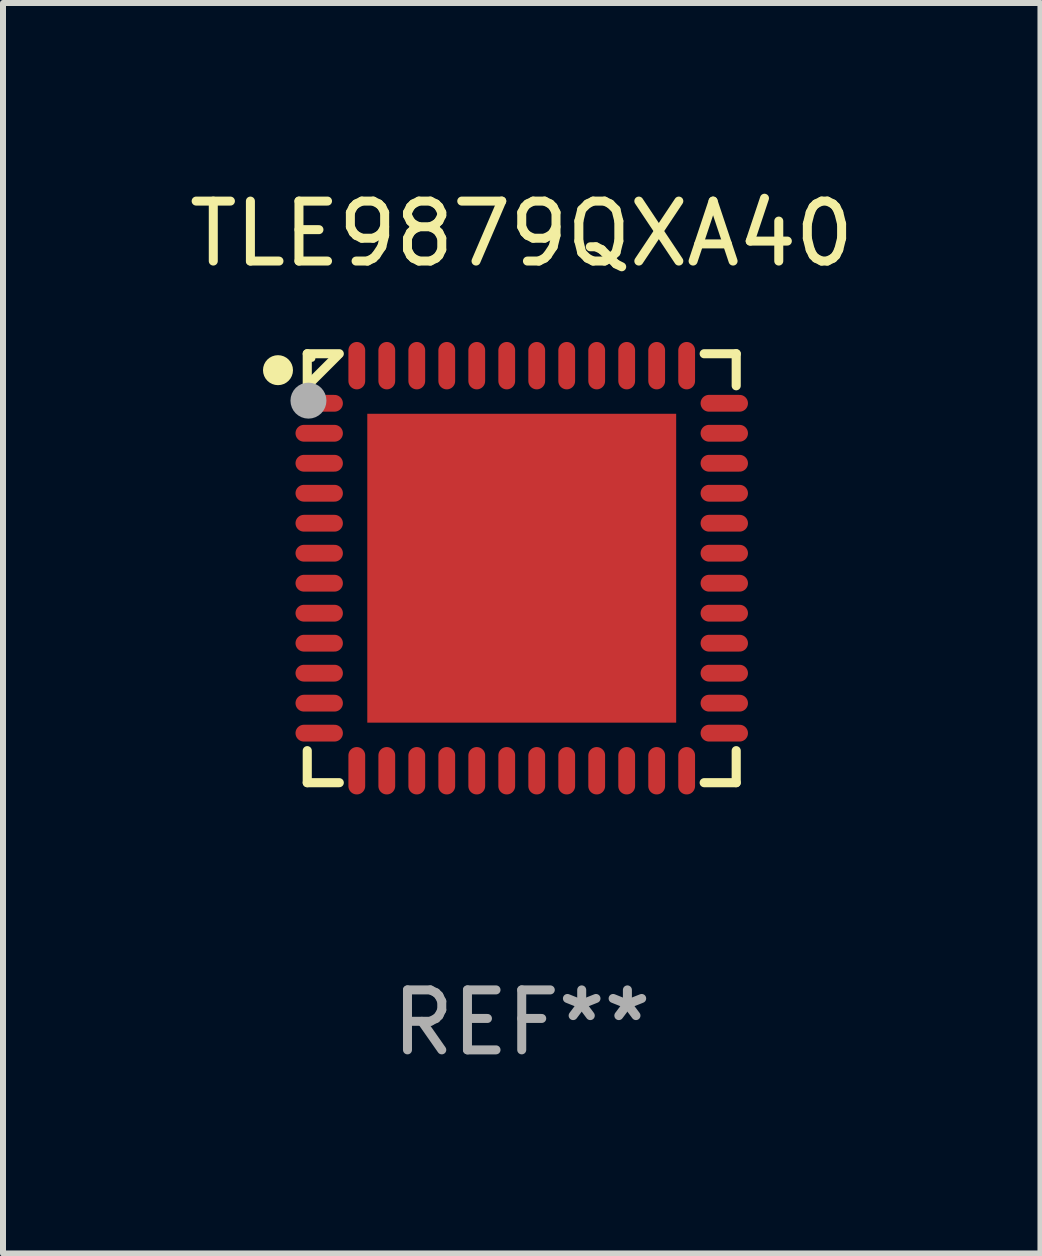
<source format=kicad_pcb>
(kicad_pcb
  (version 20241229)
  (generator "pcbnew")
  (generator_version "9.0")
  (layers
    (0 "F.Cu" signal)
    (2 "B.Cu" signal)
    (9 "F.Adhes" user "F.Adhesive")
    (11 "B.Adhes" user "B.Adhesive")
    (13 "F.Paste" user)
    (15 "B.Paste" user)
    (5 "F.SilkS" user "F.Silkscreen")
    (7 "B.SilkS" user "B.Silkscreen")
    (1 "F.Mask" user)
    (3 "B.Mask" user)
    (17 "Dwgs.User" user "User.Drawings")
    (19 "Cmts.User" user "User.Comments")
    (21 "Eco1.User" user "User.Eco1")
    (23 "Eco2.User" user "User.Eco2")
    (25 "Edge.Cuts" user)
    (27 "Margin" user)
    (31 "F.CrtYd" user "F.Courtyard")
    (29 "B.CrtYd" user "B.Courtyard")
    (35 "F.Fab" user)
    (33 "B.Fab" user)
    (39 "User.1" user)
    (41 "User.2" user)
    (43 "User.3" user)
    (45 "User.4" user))
  (footprint "TLE9879QXA40"
    (layer "F.Cu")
    (at 5.649 6.424)
    (property "Reference" "TLE9879QXA40" (at 0 -5.576 0) (layer "F.SilkS") (effects (font (size 1 1) (thickness 0.15))))
    (attr through_hole)
    (fp_line (start -3.576 -3.576) (end -3.042 -3.576) (stroke (width 0.152) (type solid)) (layer "F.SilkS"))
    (fp_line (start -3.576 -3.042) (end -3.576 -3.576) (stroke (width 0.152) (type solid)) (layer "F.SilkS"))
    (fp_line (start -3.576 3.042) (end -3.576 3.576) (stroke (width 0.152) (type solid)) (layer "F.SilkS"))
    (fp_line (start -3.576 3.576) (end -3.042 3.576) (stroke (width 0.152) (type solid)) (layer "F.SilkS"))
    (fp_line (start -3.069 -3.549) (end -3.549 -3.069) (stroke (width 0.152) (type solid)) (layer "F.SilkS"))
    (fp_line (start 3.576 -3.576) (end 3.042 -3.576) (stroke (width 0.152) (type solid)) (layer "F.SilkS"))
    (fp_line (start 3.576 -3.042) (end 3.576 -3.576) (stroke (width 0.152) (type solid)) (layer "F.SilkS"))
    (fp_line (start 3.576 3.042) (end 3.576 3.576) (stroke (width 0.152) (type solid)) (layer "F.SilkS"))
    (fp_line (start 3.576 3.576) (end 3.042 3.576) (stroke (width 0.152) (type solid)) (layer "F.SilkS"))
    (fp_circle (center -4.064 -3.302) (end -3.939 -3.302) (stroke (width 0.25) (type solid)) (fill no) (layer "F.SilkS"))
    (fp_circle (center -3.5 -3.5) (end -3.47 -3.5) (stroke (width 0.06) (type solid)) (fill no) (layer "F.SilkS"))
    (fp_circle (center -3.556 -2.794) (end -3.406 -2.794) (stroke (width 0.3) (type solid)) (fill no) (layer "F.Fab"))
    (fp_text user "REF**" (at 0 7.576 0) (layer "F.Fab") (effects (font (size 1 1) (thickness 0.15))))
    (pad "1" smd oval (at -3.377 -2.75) (size 0.79 0.28) (layers "F.Cu" "F.Mask" "F.Paste"))
    (pad "2" smd oval (at -3.377 -2.25) (size 0.79 0.28) (layers "F.Cu" "F.Mask" "F.Paste"))
    (pad "3" smd oval (at -3.377 -1.75) (size 0.79 0.28) (layers "F.Cu" "F.Mask" "F.Paste"))
    (pad "4" smd oval (at -3.377 -1.25) (size 0.79 0.28) (layers "F.Cu" "F.Mask" "F.Paste"))
    (pad "5" smd oval (at -3.377 -0.75) (size 0.79 0.28) (layers "F.Cu" "F.Mask" "F.Paste"))
    (pad "6" smd oval (at -3.377 -0.25) (size 0.79 0.28) (layers "F.Cu" "F.Mask" "F.Paste"))
    (pad "7" smd oval (at -3.377 0.25) (size 0.79 0.28) (layers "F.Cu" "F.Mask" "F.Paste"))
    (pad "8" smd oval (at -3.377 0.75) (size 0.79 0.28) (layers "F.Cu" "F.Mask" "F.Paste"))
    (pad "9" smd oval (at -3.377 1.25) (size 0.79 0.28) (layers "F.Cu" "F.Mask" "F.Paste"))
    (pad "10" smd oval (at -3.377 1.75) (size 0.79 0.28) (layers "F.Cu" "F.Mask" "F.Paste"))
    (pad "11" smd oval (at -3.377 2.25) (size 0.79 0.28) (layers "F.Cu" "F.Mask" "F.Paste"))
    (pad "12" smd oval (at -3.377 2.75) (size 0.79 0.28) (layers "F.Cu" "F.Mask" "F.Paste"))
    (pad "13" smd oval (at -2.75 3.377) (size 0.28 0.79) (layers "F.Cu" "F.Mask" "F.Paste"))
    (pad "14" smd oval (at -2.25 3.377) (size 0.28 0.79) (layers "F.Cu" "F.Mask" "F.Paste"))
    (pad "15" smd oval (at -1.75 3.377) (size 0.28 0.79) (layers "F.Cu" "F.Mask" "F.Paste"))
    (pad "16" smd oval (at -1.25 3.377) (size 0.28 0.79) (layers "F.Cu" "F.Mask" "F.Paste"))
    (pad "17" smd oval (at -0.75 3.377) (size 0.28 0.79) (layers "F.Cu" "F.Mask" "F.Paste"))
    (pad "18" smd oval (at -0.25 3.377) (size 0.28 0.79) (layers "F.Cu" "F.Mask" "F.Paste"))
    (pad "19" smd oval (at 0.25 3.377) (size 0.28 0.79) (layers "F.Cu" "F.Mask" "F.Paste"))
    (pad "20" smd oval (at 0.75 3.377) (size 0.28 0.79) (layers "F.Cu" "F.Mask" "F.Paste"))
    (pad "21" smd oval (at 1.25 3.377) (size 0.28 0.79) (layers "F.Cu" "F.Mask" "F.Paste"))
    (pad "22" smd oval (at 1.75 3.377) (size 0.28 0.79) (layers "F.Cu" "F.Mask" "F.Paste"))
    (pad "23" smd oval (at 2.25 3.377) (size 0.28 0.79) (layers "F.Cu" "F.Mask" "F.Paste"))
    (pad "24" smd oval (at 2.75 3.377) (size 0.28 0.79) (layers "F.Cu" "F.Mask" "F.Paste"))
    (pad "25" smd oval (at 3.377 2.75) (size 0.79 0.28) (layers "F.Cu" "F.Mask" "F.Paste"))
    (pad "26" smd oval (at 3.377 2.25) (size 0.79 0.28) (layers "F.Cu" "F.Mask" "F.Paste"))
    (pad "27" smd oval (at 3.377 1.75) (size 0.79 0.28) (layers "F.Cu" "F.Mask" "F.Paste"))
    (pad "28" smd oval (at 3.377 1.25) (size 0.79 0.28) (layers "F.Cu" "F.Mask" "F.Paste"))
    (pad "29" smd oval (at 3.377 0.75) (size 0.79 0.28) (layers "F.Cu" "F.Mask" "F.Paste"))
    (pad "30" smd oval (at 3.377 0.25) (size 0.79 0.28) (layers "F.Cu" "F.Mask" "F.Paste"))
    (pad "31" smd oval (at 3.377 -0.25) (size 0.79 0.28) (layers "F.Cu" "F.Mask" "F.Paste"))
    (pad "32" smd oval (at 3.377 -0.75) (size 0.79 0.28) (layers "F.Cu" "F.Mask" "F.Paste"))
    (pad "33" smd oval (at 3.377 -1.25) (size 0.79 0.28) (layers "F.Cu" "F.Mask" "F.Paste"))
    (pad "34" smd oval (at 3.377 -1.75) (size 0.79 0.28) (layers "F.Cu" "F.Mask" "F.Paste"))
    (pad "35" smd oval (at 3.377 -2.25) (size 0.79 0.28) (layers "F.Cu" "F.Mask" "F.Paste"))
    (pad "36" smd oval (at 3.377 -2.75) (size 0.79 0.28) (layers "F.Cu" "F.Mask" "F.Paste"))
    (pad "37" smd oval (at 2.75 -3.377) (size 0.28 0.79) (layers "F.Cu" "F.Mask" "F.Paste"))
    (pad "38" smd oval (at 2.25 -3.377) (size 0.28 0.79) (layers "F.Cu" "F.Mask" "F.Paste"))
    (pad "39" smd oval (at 1.75 -3.377) (size 0.28 0.79) (layers "F.Cu" "F.Mask" "F.Paste"))
    (pad "40" smd oval (at 1.25 -3.377) (size 0.28 0.79) (layers "F.Cu" "F.Mask" "F.Paste"))
    (pad "41" smd oval (at 0.75 -3.377) (size 0.28 0.79) (layers "F.Cu" "F.Mask" "F.Paste"))
    (pad "42" smd oval (at 0.25 -3.377) (size 0.28 0.79) (layers "F.Cu" "F.Mask" "F.Paste"))
    (pad "43" smd oval (at -0.25 -3.377) (size 0.28 0.79) (layers "F.Cu" "F.Mask" "F.Paste"))
    (pad "44" smd oval (at -0.75 -3.377) (size 0.28 0.79) (layers "F.Cu" "F.Mask" "F.Paste"))
    (pad "45" smd oval (at -1.25 -3.377) (size 0.28 0.79) (layers "F.Cu" "F.Mask" "F.Paste"))
    (pad "46" smd oval (at -1.75 -3.377) (size 0.28 0.79) (layers "F.Cu" "F.Mask" "F.Paste"))
    (pad "47" smd oval (at -2.25 -3.377) (size 0.28 0.79) (layers "F.Cu" "F.Mask" "F.Paste"))
    (pad "48" smd oval (at -2.75 -3.377) (size 0.28 0.79) (layers "F.Cu" "F.Mask" "F.Paste"))
    (pad "49" smd rect (at 0 0) (size 5.15 5.15) (layers "F.Cu" "F.Mask" "F.Paste")))
  (gr_rect
    (start -3 -3)
    (end 14.298 17.849)
    (stroke (width 0.1) (type default))
    (fill no)
    (layer "Edge.Cuts")))
</source>
